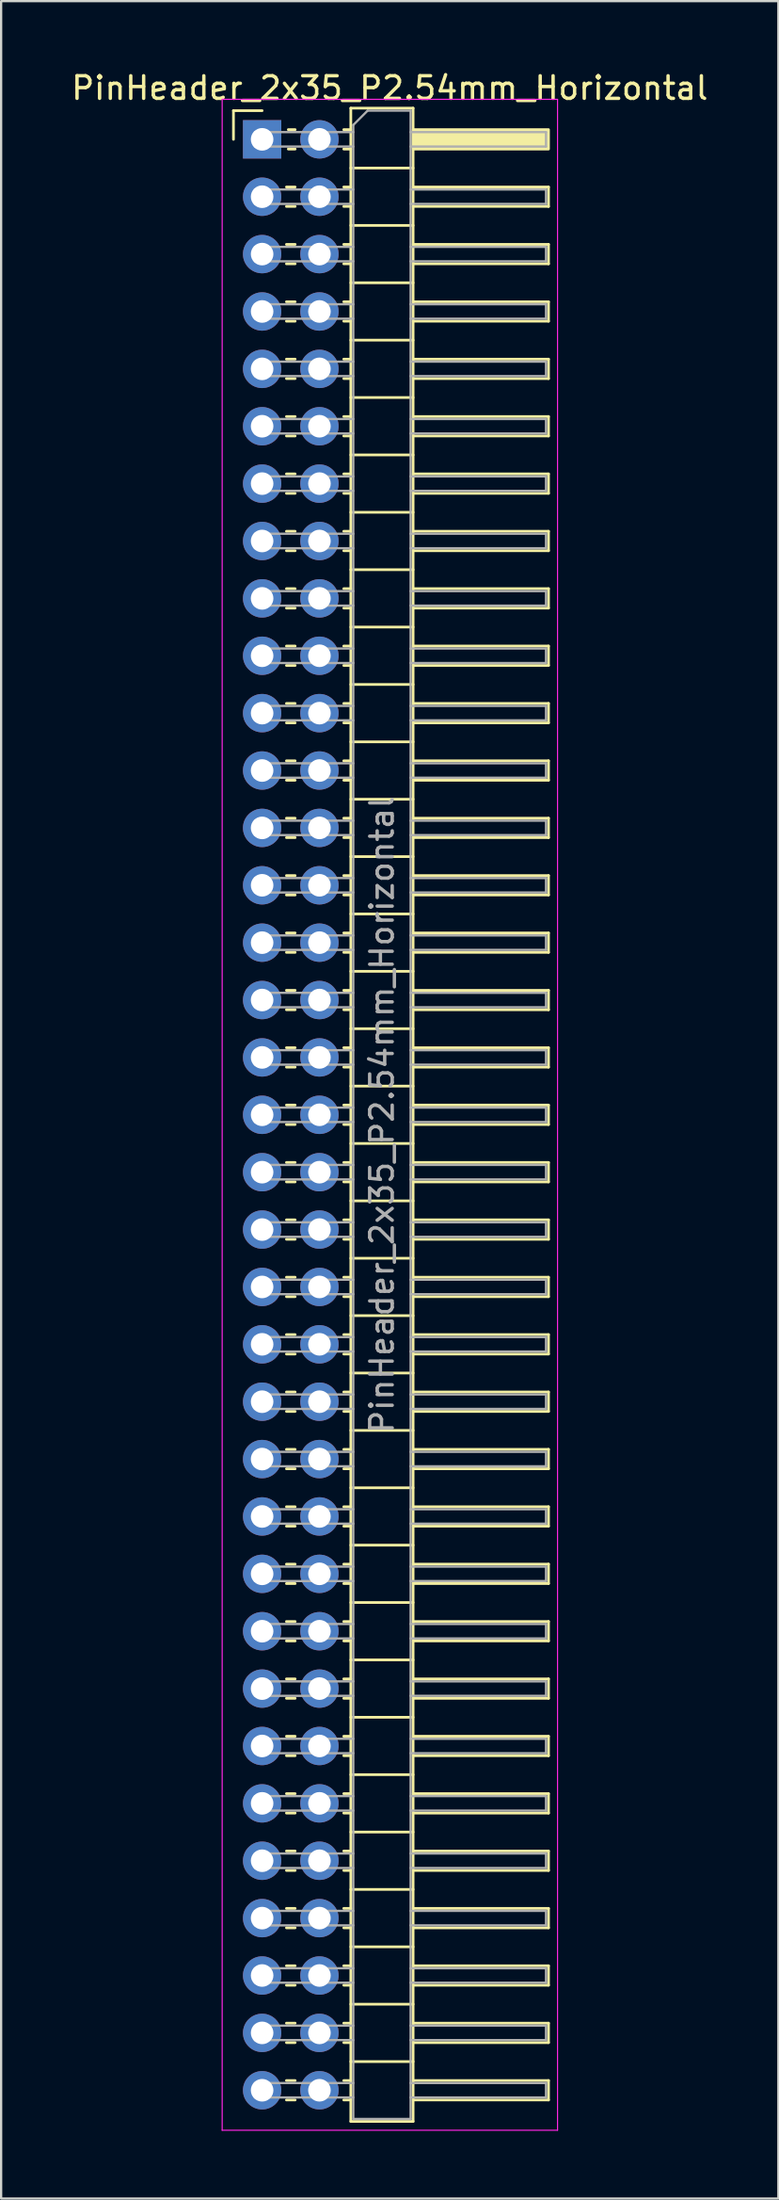
<source format=kicad_pcb>
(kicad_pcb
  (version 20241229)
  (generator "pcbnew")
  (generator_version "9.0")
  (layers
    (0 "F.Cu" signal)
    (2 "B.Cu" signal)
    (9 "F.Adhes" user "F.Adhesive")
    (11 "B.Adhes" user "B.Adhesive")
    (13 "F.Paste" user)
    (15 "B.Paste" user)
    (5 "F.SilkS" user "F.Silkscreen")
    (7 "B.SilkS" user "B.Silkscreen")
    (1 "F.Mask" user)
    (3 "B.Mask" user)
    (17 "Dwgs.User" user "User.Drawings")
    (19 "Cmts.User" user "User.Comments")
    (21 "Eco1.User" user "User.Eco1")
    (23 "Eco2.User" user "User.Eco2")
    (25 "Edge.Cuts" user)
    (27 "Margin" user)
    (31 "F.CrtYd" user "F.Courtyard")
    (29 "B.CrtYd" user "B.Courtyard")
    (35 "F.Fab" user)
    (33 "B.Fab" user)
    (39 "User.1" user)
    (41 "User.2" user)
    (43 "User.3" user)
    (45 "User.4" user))
  (footprint "PinHeader_2x35_P2.54mm_Horizontal"
    (layer "F.Cu")
    (at 8.565 3.118)
    (property "Reference" "PinHeader_2x35_P2.54mm_Horizontal" (at 5.655 -2.27 0) (layer "F.SilkS") (effects (font (size 1 1) (thickness 0.15))))
    (attr through_hole)
    (fp_line (start -1.27 -1.27) (end 0 -1.27) (stroke (width 0.12) (type solid)) (layer "F.SilkS"))
    (fp_line (start -1.27 0) (end -1.27 -1.27) (stroke (width 0.12) (type solid)) (layer "F.SilkS"))
    (fp_line (start 1.077 2.11) (end 1.463 2.11) (stroke (width 0.12) (type solid)) (layer "F.SilkS"))
    (fp_line (start 1.077 2.97) (end 1.463 2.97) (stroke (width 0.12) (type solid)) (layer "F.SilkS"))
    (fp_line (start 1.077 4.65) (end 1.463 4.65) (stroke (width 0.12) (type solid)) (layer "F.SilkS"))
    (fp_line (start 1.077 5.51) (end 1.463 5.51) (stroke (width 0.12) (type solid)) (layer "F.SilkS"))
    (fp_line (start 1.077 7.19) (end 1.463 7.19) (stroke (width 0.12) (type solid)) (layer "F.SilkS"))
    (fp_line (start 1.077 8.05) (end 1.463 8.05) (stroke (width 0.12) (type solid)) (layer "F.SilkS"))
    (fp_line (start 1.077 9.73) (end 1.463 9.73) (stroke (width 0.12) (type solid)) (layer "F.SilkS"))
    (fp_line (start 1.077 10.59) (end 1.463 10.59) (stroke (width 0.12) (type solid)) (layer "F.SilkS"))
    (fp_line (start 1.077 12.27) (end 1.463 12.27) (stroke (width 0.12) (type solid)) (layer "F.SilkS"))
    (fp_line (start 1.077 13.13) (end 1.463 13.13) (stroke (width 0.12) (type solid)) (layer "F.SilkS"))
    (fp_line (start 1.077 14.81) (end 1.463 14.81) (stroke (width 0.12) (type solid)) (layer "F.SilkS"))
    (fp_line (start 1.077 15.67) (end 1.463 15.67) (stroke (width 0.12) (type solid)) (layer "F.SilkS"))
    (fp_line (start 1.077 17.35) (end 1.463 17.35) (stroke (width 0.12) (type solid)) (layer "F.SilkS"))
    (fp_line (start 1.077 18.21) (end 1.463 18.21) (stroke (width 0.12) (type solid)) (layer "F.SilkS"))
    (fp_line (start 1.077 19.89) (end 1.463 19.89) (stroke (width 0.12) (type solid)) (layer "F.SilkS"))
    (fp_line (start 1.077 20.75) (end 1.463 20.75) (stroke (width 0.12) (type solid)) (layer "F.SilkS"))
    (fp_line (start 1.077 22.43) (end 1.463 22.43) (stroke (width 0.12) (type solid)) (layer "F.SilkS"))
    (fp_line (start 1.077 23.29) (end 1.463 23.29) (stroke (width 0.12) (type solid)) (layer "F.SilkS"))
    (fp_line (start 1.077 24.97) (end 1.463 24.97) (stroke (width 0.12) (type solid)) (layer "F.SilkS"))
    (fp_line (start 1.077 25.83) (end 1.463 25.83) (stroke (width 0.12) (type solid)) (layer "F.SilkS"))
    (fp_line (start 1.077 27.51) (end 1.463 27.51) (stroke (width 0.12) (type solid)) (layer "F.SilkS"))
    (fp_line (start 1.077 28.37) (end 1.463 28.37) (stroke (width 0.12) (type solid)) (layer "F.SilkS"))
    (fp_line (start 1.077 30.05) (end 1.463 30.05) (stroke (width 0.12) (type solid)) (layer "F.SilkS"))
    (fp_line (start 1.077 30.91) (end 1.463 30.91) (stroke (width 0.12) (type solid)) (layer "F.SilkS"))
    (fp_line (start 1.077 32.59) (end 1.463 32.59) (stroke (width 0.12) (type solid)) (layer "F.SilkS"))
    (fp_line (start 1.077 33.45) (end 1.463 33.45) (stroke (width 0.12) (type solid)) (layer "F.SilkS"))
    (fp_line (start 1.077 35.13) (end 1.463 35.13) (stroke (width 0.12) (type solid)) (layer "F.SilkS"))
    (fp_line (start 1.077 35.99) (end 1.463 35.99) (stroke (width 0.12) (type solid)) (layer "F.SilkS"))
    (fp_line (start 1.077 37.67) (end 1.463 37.67) (stroke (width 0.12) (type solid)) (layer "F.SilkS"))
    (fp_line (start 1.077 38.53) (end 1.463 38.53) (stroke (width 0.12) (type solid)) (layer "F.SilkS"))
    (fp_line (start 1.077 40.21) (end 1.463 40.21) (stroke (width 0.12) (type solid)) (layer "F.SilkS"))
    (fp_line (start 1.077 41.07) (end 1.463 41.07) (stroke (width 0.12) (type solid)) (layer "F.SilkS"))
    (fp_line (start 1.077 42.75) (end 1.463 42.75) (stroke (width 0.12) (type solid)) (layer "F.SilkS"))
    (fp_line (start 1.077 43.61) (end 1.463 43.61) (stroke (width 0.12) (type solid)) (layer "F.SilkS"))
    (fp_line (start 1.077 45.29) (end 1.463 45.29) (stroke (width 0.12) (type solid)) (layer "F.SilkS"))
    (fp_line (start 1.077 46.15) (end 1.463 46.15) (stroke (width 0.12) (type solid)) (layer "F.SilkS"))
    (fp_line (start 1.077 47.83) (end 1.463 47.83) (stroke (width 0.12) (type solid)) (layer "F.SilkS"))
    (fp_line (start 1.077 48.69) (end 1.463 48.69) (stroke (width 0.12) (type solid)) (layer "F.SilkS"))
    (fp_line (start 1.077 50.37) (end 1.463 50.37) (stroke (width 0.12) (type solid)) (layer "F.SilkS"))
    (fp_line (start 1.077 51.23) (end 1.463 51.23) (stroke (width 0.12) (type solid)) (layer "F.SilkS"))
    (fp_line (start 1.077 52.91) (end 1.463 52.91) (stroke (width 0.12) (type solid)) (layer "F.SilkS"))
    (fp_line (start 1.077 53.77) (end 1.463 53.77) (stroke (width 0.12) (type solid)) (layer "F.SilkS"))
    (fp_line (start 1.077 55.45) (end 1.463 55.45) (stroke (width 0.12) (type solid)) (layer "F.SilkS"))
    (fp_line (start 1.077 56.31) (end 1.463 56.31) (stroke (width 0.12) (type solid)) (layer "F.SilkS"))
    (fp_line (start 1.077 57.99) (end 1.463 57.99) (stroke (width 0.12) (type solid)) (layer "F.SilkS"))
    (fp_line (start 1.077 58.85) (end 1.463 58.85) (stroke (width 0.12) (type solid)) (layer "F.SilkS"))
    (fp_line (start 1.077 60.53) (end 1.463 60.53) (stroke (width 0.12) (type solid)) (layer "F.SilkS"))
    (fp_line (start 1.077 61.39) (end 1.463 61.39) (stroke (width 0.12) (type solid)) (layer "F.SilkS"))
    (fp_line (start 1.077 63.07) (end 1.463 63.07) (stroke (width 0.12) (type solid)) (layer "F.SilkS"))
    (fp_line (start 1.077 63.93) (end 1.463 63.93) (stroke (width 0.12) (type solid)) (layer "F.SilkS"))
    (fp_line (start 1.077 65.61) (end 1.463 65.61) (stroke (width 0.12) (type solid)) (layer "F.SilkS"))
    (fp_line (start 1.077 66.47) (end 1.463 66.47) (stroke (width 0.12) (type solid)) (layer "F.SilkS"))
    (fp_line (start 1.077 68.15) (end 1.463 68.15) (stroke (width 0.12) (type solid)) (layer "F.SilkS"))
    (fp_line (start 1.077 69.01) (end 1.463 69.01) (stroke (width 0.12) (type solid)) (layer "F.SilkS"))
    (fp_line (start 1.077 70.69) (end 1.463 70.69) (stroke (width 0.12) (type solid)) (layer "F.SilkS"))
    (fp_line (start 1.077 71.55) (end 1.463 71.55) (stroke (width 0.12) (type solid)) (layer "F.SilkS"))
    (fp_line (start 1.077 73.23) (end 1.463 73.23) (stroke (width 0.12) (type solid)) (layer "F.SilkS"))
    (fp_line (start 1.077 74.09) (end 1.463 74.09) (stroke (width 0.12) (type solid)) (layer "F.SilkS"))
    (fp_line (start 1.077 75.77) (end 1.463 75.77) (stroke (width 0.12) (type solid)) (layer "F.SilkS"))
    (fp_line (start 1.077 76.63) (end 1.463 76.63) (stroke (width 0.12) (type solid)) (layer "F.SilkS"))
    (fp_line (start 1.077 78.31) (end 1.463 78.31) (stroke (width 0.12) (type solid)) (layer "F.SilkS"))
    (fp_line (start 1.077 79.17) (end 1.463 79.17) (stroke (width 0.12) (type solid)) (layer "F.SilkS"))
    (fp_line (start 1.077 80.85) (end 1.463 80.85) (stroke (width 0.12) (type solid)) (layer "F.SilkS"))
    (fp_line (start 1.077 81.71) (end 1.463 81.71) (stroke (width 0.12) (type solid)) (layer "F.SilkS"))
    (fp_line (start 1.077 83.39) (end 1.463 83.39) (stroke (width 0.12) (type solid)) (layer "F.SilkS"))
    (fp_line (start 1.077 84.25) (end 1.463 84.25) (stroke (width 0.12) (type solid)) (layer "F.SilkS"))
    (fp_line (start 1.077 85.93) (end 1.463 85.93) (stroke (width 0.12) (type solid)) (layer "F.SilkS"))
    (fp_line (start 1.077 86.79) (end 1.463 86.79) (stroke (width 0.12) (type solid)) (layer "F.SilkS"))
    (fp_line (start 1.16 -0.43) (end 1.463 -0.43) (stroke (width 0.12) (type solid)) (layer "F.SilkS"))
    (fp_line (start 1.16 0.43) (end 1.463 0.43) (stroke (width 0.12) (type solid)) (layer "F.SilkS"))
    (fp_line (start 3.617 -0.43) (end 3.93 -0.43) (stroke (width 0.12) (type solid)) (layer "F.SilkS"))
    (fp_line (start 3.617 0.43) (end 3.93 0.43) (stroke (width 0.12) (type solid)) (layer "F.SilkS"))
    (fp_line (start 3.617 2.11) (end 3.93 2.11) (stroke (width 0.12) (type solid)) (layer "F.SilkS"))
    (fp_line (start 3.617 2.97) (end 3.93 2.97) (stroke (width 0.12) (type solid)) (layer "F.SilkS"))
    (fp_line (start 3.617 4.65) (end 3.93 4.65) (stroke (width 0.12) (type solid)) (layer "F.SilkS"))
    (fp_line (start 3.617 5.51) (end 3.93 5.51) (stroke (width 0.12) (type solid)) (layer "F.SilkS"))
    (fp_line (start 3.617 7.19) (end 3.93 7.19) (stroke (width 0.12) (type solid)) (layer "F.SilkS"))
    (fp_line (start 3.617 8.05) (end 3.93 8.05) (stroke (width 0.12) (type solid)) (layer "F.SilkS"))
    (fp_line (start 3.617 9.73) (end 3.93 9.73) (stroke (width 0.12) (type solid)) (layer "F.SilkS"))
    (fp_line (start 3.617 10.59) (end 3.93 10.59) (stroke (width 0.12) (type solid)) (layer "F.SilkS"))
    (fp_line (start 3.617 12.27) (end 3.93 12.27) (stroke (width 0.12) (type solid)) (layer "F.SilkS"))
    (fp_line (start 3.617 13.13) (end 3.93 13.13) (stroke (width 0.12) (type solid)) (layer "F.SilkS"))
    (fp_line (start 3.617 14.81) (end 3.93 14.81) (stroke (width 0.12) (type solid)) (layer "F.SilkS"))
    (fp_line (start 3.617 15.67) (end 3.93 15.67) (stroke (width 0.12) (type solid)) (layer "F.SilkS"))
    (fp_line (start 3.617 17.35) (end 3.93 17.35) (stroke (width 0.12) (type solid)) (layer "F.SilkS"))
    (fp_line (start 3.617 18.21) (end 3.93 18.21) (stroke (width 0.12) (type solid)) (layer "F.SilkS"))
    (fp_line (start 3.617 19.89) (end 3.93 19.89) (stroke (width 0.12) (type solid)) (layer "F.SilkS"))
    (fp_line (start 3.617 20.75) (end 3.93 20.75) (stroke (width 0.12) (type solid)) (layer "F.SilkS"))
    (fp_line (start 3.617 22.43) (end 3.93 22.43) (stroke (width 0.12) (type solid)) (layer "F.SilkS"))
    (fp_line (start 3.617 23.29) (end 3.93 23.29) (stroke (width 0.12) (type solid)) (layer "F.SilkS"))
    (fp_line (start 3.617 24.97) (end 3.93 24.97) (stroke (width 0.12) (type solid)) (layer "F.SilkS"))
    (fp_line (start 3.617 25.83) (end 3.93 25.83) (stroke (width 0.12) (type solid)) (layer "F.SilkS"))
    (fp_line (start 3.617 27.51) (end 3.93 27.51) (stroke (width 0.12) (type solid)) (layer "F.SilkS"))
    (fp_line (start 3.617 28.37) (end 3.93 28.37) (stroke (width 0.12) (type solid)) (layer "F.SilkS"))
    (fp_line (start 3.617 30.05) (end 3.93 30.05) (stroke (width 0.12) (type solid)) (layer "F.SilkS"))
    (fp_line (start 3.617 30.91) (end 3.93 30.91) (stroke (width 0.12) (type solid)) (layer "F.SilkS"))
    (fp_line (start 3.617 32.59) (end 3.93 32.59) (stroke (width 0.12) (type solid)) (layer "F.SilkS"))
    (fp_line (start 3.617 33.45) (end 3.93 33.45) (stroke (width 0.12) (type solid)) (layer "F.SilkS"))
    (fp_line (start 3.617 35.13) (end 3.93 35.13) (stroke (width 0.12) (type solid)) (layer "F.SilkS"))
    (fp_line (start 3.617 35.99) (end 3.93 35.99) (stroke (width 0.12) (type solid)) (layer "F.SilkS"))
    (fp_line (start 3.617 37.67) (end 3.93 37.67) (stroke (width 0.12) (type solid)) (layer "F.SilkS"))
    (fp_line (start 3.617 38.53) (end 3.93 38.53) (stroke (width 0.12) (type solid)) (layer "F.SilkS"))
    (fp_line (start 3.617 40.21) (end 3.93 40.21) (stroke (width 0.12) (type solid)) (layer "F.SilkS"))
    (fp_line (start 3.617 41.07) (end 3.93 41.07) (stroke (width 0.12) (type solid)) (layer "F.SilkS"))
    (fp_line (start 3.617 42.75) (end 3.93 42.75) (stroke (width 0.12) (type solid)) (layer "F.SilkS"))
    (fp_line (start 3.617 43.61) (end 3.93 43.61) (stroke (width 0.12) (type solid)) (layer "F.SilkS"))
    (fp_line (start 3.617 45.29) (end 3.93 45.29) (stroke (width 0.12) (type solid)) (layer "F.SilkS"))
    (fp_line (start 3.617 46.15) (end 3.93 46.15) (stroke (width 0.12) (type solid)) (layer "F.SilkS"))
    (fp_line (start 3.617 47.83) (end 3.93 47.83) (stroke (width 0.12) (type solid)) (layer "F.SilkS"))
    (fp_line (start 3.617 48.69) (end 3.93 48.69) (stroke (width 0.12) (type solid)) (layer "F.SilkS"))
    (fp_line (start 3.617 50.37) (end 3.93 50.37) (stroke (width 0.12) (type solid)) (layer "F.SilkS"))
    (fp_line (start 3.617 51.23) (end 3.93 51.23) (stroke (width 0.12) (type solid)) (layer "F.SilkS"))
    (fp_line (start 3.617 52.91) (end 3.93 52.91) (stroke (width 0.12) (type solid)) (layer "F.SilkS"))
    (fp_line (start 3.617 53.77) (end 3.93 53.77) (stroke (width 0.12) (type solid)) (layer "F.SilkS"))
    (fp_line (start 3.617 55.45) (end 3.93 55.45) (stroke (width 0.12) (type solid)) (layer "F.SilkS"))
    (fp_line (start 3.617 56.31) (end 3.93 56.31) (stroke (width 0.12) (type solid)) (layer "F.SilkS"))
    (fp_line (start 3.617 57.99) (end 3.93 57.99) (stroke (width 0.12) (type solid)) (layer "F.SilkS"))
    (fp_line (start 3.617 58.85) (end 3.93 58.85) (stroke (width 0.12) (type solid)) (layer "F.SilkS"))
    (fp_line (start 3.617 60.53) (end 3.93 60.53) (stroke (width 0.12) (type solid)) (layer "F.SilkS"))
    (fp_line (start 3.617 61.39) (end 3.93 61.39) (stroke (width 0.12) (type solid)) (layer "F.SilkS"))
    (fp_line (start 3.617 63.07) (end 3.93 63.07) (stroke (width 0.12) (type solid)) (layer "F.SilkS"))
    (fp_line (start 3.617 63.93) (end 3.93 63.93) (stroke (width 0.12) (type solid)) (layer "F.SilkS"))
    (fp_line (start 3.617 65.61) (end 3.93 65.61) (stroke (width 0.12) (type solid)) (layer "F.SilkS"))
    (fp_line (start 3.617 66.47) (end 3.93 66.47) (stroke (width 0.12) (type solid)) (layer "F.SilkS"))
    (fp_line (start 3.617 68.15) (end 3.93 68.15) (stroke (width 0.12) (type solid)) (layer "F.SilkS"))
    (fp_line (start 3.617 69.01) (end 3.93 69.01) (stroke (width 0.12) (type solid)) (layer "F.SilkS"))
    (fp_line (start 3.617 70.69) (end 3.93 70.69) (stroke (width 0.12) (type solid)) (layer "F.SilkS"))
    (fp_line (start 3.617 71.55) (end 3.93 71.55) (stroke (width 0.12) (type solid)) (layer "F.SilkS"))
    (fp_line (start 3.617 73.23) (end 3.93 73.23) (stroke (width 0.12) (type solid)) (layer "F.SilkS"))
    (fp_line (start 3.617 74.09) (end 3.93 74.09) (stroke (width 0.12) (type solid)) (layer "F.SilkS"))
    (fp_line (start 3.617 75.77) (end 3.93 75.77) (stroke (width 0.12) (type solid)) (layer "F.SilkS"))
    (fp_line (start 3.617 76.63) (end 3.93 76.63) (stroke (width 0.12) (type solid)) (layer "F.SilkS"))
    (fp_line (start 3.617 78.31) (end 3.93 78.31) (stroke (width 0.12) (type solid)) (layer "F.SilkS"))
    (fp_line (start 3.617 79.17) (end 3.93 79.17) (stroke (width 0.12) (type solid)) (layer "F.SilkS"))
    (fp_line (start 3.617 80.85) (end 3.93 80.85) (stroke (width 0.12) (type solid)) (layer "F.SilkS"))
    (fp_line (start 3.617 81.71) (end 3.93 81.71) (stroke (width 0.12) (type solid)) (layer "F.SilkS"))
    (fp_line (start 3.617 83.39) (end 3.93 83.39) (stroke (width 0.12) (type solid)) (layer "F.SilkS"))
    (fp_line (start 3.617 84.25) (end 3.93 84.25) (stroke (width 0.12) (type solid)) (layer "F.SilkS"))
    (fp_line (start 3.617 85.93) (end 3.93 85.93) (stroke (width 0.12) (type solid)) (layer "F.SilkS"))
    (fp_line (start 3.617 86.79) (end 3.93 86.79) (stroke (width 0.12) (type solid)) (layer "F.SilkS"))
    (fp_line (start 3.93 -1.38) (end 3.93 87.74) (stroke (width 0.12) (type solid)) (layer "F.SilkS"))
    (fp_line (start 3.93 1.27) (end 6.69 1.27) (stroke (width 0.12) (type solid)) (layer "F.SilkS"))
    (fp_line (start 3.93 3.81) (end 6.69 3.81) (stroke (width 0.12) (type solid)) (layer "F.SilkS"))
    (fp_line (start 3.93 6.35) (end 6.69 6.35) (stroke (width 0.12) (type solid)) (layer "F.SilkS"))
    (fp_line (start 3.93 8.89) (end 6.69 8.89) (stroke (width 0.12) (type solid)) (layer "F.SilkS"))
    (fp_line (start 3.93 11.43) (end 6.69 11.43) (stroke (width 0.12) (type solid)) (layer "F.SilkS"))
    (fp_line (start 3.93 13.97) (end 6.69 13.97) (stroke (width 0.12) (type solid)) (layer "F.SilkS"))
    (fp_line (start 3.93 16.51) (end 6.69 16.51) (stroke (width 0.12) (type solid)) (layer "F.SilkS"))
    (fp_line (start 3.93 19.05) (end 6.69 19.05) (stroke (width 0.12) (type solid)) (layer "F.SilkS"))
    (fp_line (start 3.93 21.59) (end 6.69 21.59) (stroke (width 0.12) (type solid)) (layer "F.SilkS"))
    (fp_line (start 3.93 24.13) (end 6.69 24.13) (stroke (width 0.12) (type solid)) (layer "F.SilkS"))
    (fp_line (start 3.93 26.67) (end 6.69 26.67) (stroke (width 0.12) (type solid)) (layer "F.SilkS"))
    (fp_line (start 3.93 29.21) (end 6.69 29.21) (stroke (width 0.12) (type solid)) (layer "F.SilkS"))
    (fp_line (start 3.93 31.75) (end 6.69 31.75) (stroke (width 0.12) (type solid)) (layer "F.SilkS"))
    (fp_line (start 3.93 34.29) (end 6.69 34.29) (stroke (width 0.12) (type solid)) (layer "F.SilkS"))
    (fp_line (start 3.93 36.83) (end 6.69 36.83) (stroke (width 0.12) (type solid)) (layer "F.SilkS"))
    (fp_line (start 3.93 39.37) (end 6.69 39.37) (stroke (width 0.12) (type solid)) (layer "F.SilkS"))
    (fp_line (start 3.93 41.91) (end 6.69 41.91) (stroke (width 0.12) (type solid)) (layer "F.SilkS"))
    (fp_line (start 3.93 44.45) (end 6.69 44.45) (stroke (width 0.12) (type solid)) (layer "F.SilkS"))
    (fp_line (start 3.93 46.99) (end 6.69 46.99) (stroke (width 0.12) (type solid)) (layer "F.SilkS"))
    (fp_line (start 3.93 49.53) (end 6.69 49.53) (stroke (width 0.12) (type solid)) (layer "F.SilkS"))
    (fp_line (start 3.93 52.07) (end 6.69 52.07) (stroke (width 0.12) (type solid)) (layer "F.SilkS"))
    (fp_line (start 3.93 54.61) (end 6.69 54.61) (stroke (width 0.12) (type solid)) (layer "F.SilkS"))
    (fp_line (start 3.93 57.15) (end 6.69 57.15) (stroke (width 0.12) (type solid)) (layer "F.SilkS"))
    (fp_line (start 3.93 59.69) (end 6.69 59.69) (stroke (width 0.12) (type solid)) (layer "F.SilkS"))
    (fp_line (start 3.93 62.23) (end 6.69 62.23) (stroke (width 0.12) (type solid)) (layer "F.SilkS"))
    (fp_line (start 3.93 64.77) (end 6.69 64.77) (stroke (width 0.12) (type solid)) (layer "F.SilkS"))
    (fp_line (start 3.93 67.31) (end 6.69 67.31) (stroke (width 0.12) (type solid)) (layer "F.SilkS"))
    (fp_line (start 3.93 69.85) (end 6.69 69.85) (stroke (width 0.12) (type solid)) (layer "F.SilkS"))
    (fp_line (start 3.93 72.39) (end 6.69 72.39) (stroke (width 0.12) (type solid)) (layer "F.SilkS"))
    (fp_line (start 3.93 74.93) (end 6.69 74.93) (stroke (width 0.12) (type solid)) (layer "F.SilkS"))
    (fp_line (start 3.93 77.47) (end 6.69 77.47) (stroke (width 0.12) (type solid)) (layer "F.SilkS"))
    (fp_line (start 3.93 80.01) (end 6.69 80.01) (stroke (width 0.12) (type solid)) (layer "F.SilkS"))
    (fp_line (start 3.93 82.55) (end 6.69 82.55) (stroke (width 0.12) (type solid)) (layer "F.SilkS"))
    (fp_line (start 3.93 85.09) (end 6.69 85.09) (stroke (width 0.12) (type solid)) (layer "F.SilkS"))
    (fp_line (start 3.93 87.74) (end 6.69 87.74) (stroke (width 0.12) (type solid)) (layer "F.SilkS"))
    (fp_line (start 6.69 -1.38) (end 3.93 -1.38) (stroke (width 0.12) (type solid)) (layer "F.SilkS"))
    (fp_line (start 6.69 2.11) (end 12.69 2.11) (stroke (width 0.12) (type solid)) (layer "F.SilkS"))
    (fp_line (start 6.69 4.65) (end 12.69 4.65) (stroke (width 0.12) (type solid)) (layer "F.SilkS"))
    (fp_line (start 6.69 7.19) (end 12.69 7.19) (stroke (width 0.12) (type solid)) (layer "F.SilkS"))
    (fp_line (start 6.69 9.73) (end 12.69 9.73) (stroke (width 0.12) (type solid)) (layer "F.SilkS"))
    (fp_line (start 6.69 12.27) (end 12.69 12.27) (stroke (width 0.12) (type solid)) (layer "F.SilkS"))
    (fp_line (start 6.69 14.81) (end 12.69 14.81) (stroke (width 0.12) (type solid)) (layer "F.SilkS"))
    (fp_line (start 6.69 17.35) (end 12.69 17.35) (stroke (width 0.12) (type solid)) (layer "F.SilkS"))
    (fp_line (start 6.69 19.89) (end 12.69 19.89) (stroke (width 0.12) (type solid)) (layer "F.SilkS"))
    (fp_line (start 6.69 22.43) (end 12.69 22.43) (stroke (width 0.12) (type solid)) (layer "F.SilkS"))
    (fp_line (start 6.69 24.97) (end 12.69 24.97) (stroke (width 0.12) (type solid)) (layer "F.SilkS"))
    (fp_line (start 6.69 27.51) (end 12.69 27.51) (stroke (width 0.12) (type solid)) (layer "F.SilkS"))
    (fp_line (start 6.69 30.05) (end 12.69 30.05) (stroke (width 0.12) (type solid)) (layer "F.SilkS"))
    (fp_line (start 6.69 32.59) (end 12.69 32.59) (stroke (width 0.12) (type solid)) (layer "F.SilkS"))
    (fp_line (start 6.69 35.13) (end 12.69 35.13) (stroke (width 0.12) (type solid)) (layer "F.SilkS"))
    (fp_line (start 6.69 37.67) (end 12.69 37.67) (stroke (width 0.12) (type solid)) (layer "F.SilkS"))
    (fp_line (start 6.69 40.21) (end 12.69 40.21) (stroke (width 0.12) (type solid)) (layer "F.SilkS"))
    (fp_line (start 6.69 42.75) (end 12.69 42.75) (stroke (width 0.12) (type solid)) (layer "F.SilkS"))
    (fp_line (start 6.69 45.29) (end 12.69 45.29) (stroke (width 0.12) (type solid)) (layer "F.SilkS"))
    (fp_line (start 6.69 47.83) (end 12.69 47.83) (stroke (width 0.12) (type solid)) (layer "F.SilkS"))
    (fp_line (start 6.69 50.37) (end 12.69 50.37) (stroke (width 0.12) (type solid)) (layer "F.SilkS"))
    (fp_line (start 6.69 52.91) (end 12.69 52.91) (stroke (width 0.12) (type solid)) (layer "F.SilkS"))
    (fp_line (start 6.69 55.45) (end 12.69 55.45) (stroke (width 0.12) (type solid)) (layer "F.SilkS"))
    (fp_line (start 6.69 57.99) (end 12.69 57.99) (stroke (width 0.12) (type solid)) (layer "F.SilkS"))
    (fp_line (start 6.69 60.53) (end 12.69 60.53) (stroke (width 0.12) (type solid)) (layer "F.SilkS"))
    (fp_line (start 6.69 63.07) (end 12.69 63.07) (stroke (width 0.12) (type solid)) (layer "F.SilkS"))
    (fp_line (start 6.69 65.61) (end 12.69 65.61) (stroke (width 0.12) (type solid)) (layer "F.SilkS"))
    (fp_line (start 6.69 68.15) (end 12.69 68.15) (stroke (width 0.12) (type solid)) (layer "F.SilkS"))
    (fp_line (start 6.69 70.69) (end 12.69 70.69) (stroke (width 0.12) (type solid)) (layer "F.SilkS"))
    (fp_line (start 6.69 73.23) (end 12.69 73.23) (stroke (width 0.12) (type solid)) (layer "F.SilkS"))
    (fp_line (start 6.69 75.77) (end 12.69 75.77) (stroke (width 0.12) (type solid)) (layer "F.SilkS"))
    (fp_line (start 6.69 78.31) (end 12.69 78.31) (stroke (width 0.12) (type solid)) (layer "F.SilkS"))
    (fp_line (start 6.69 80.85) (end 12.69 80.85) (stroke (width 0.12) (type solid)) (layer "F.SilkS"))
    (fp_line (start 6.69 83.39) (end 12.69 83.39) (stroke (width 0.12) (type solid)) (layer "F.SilkS"))
    (fp_line (start 6.69 85.93) (end 12.69 85.93) (stroke (width 0.12) (type solid)) (layer "F.SilkS"))
    (fp_line (start 6.69 87.74) (end 6.69 -1.38) (stroke (width 0.12) (type solid)) (layer "F.SilkS"))
    (fp_line (start 12.69 2.11) (end 12.69 2.97) (stroke (width 0.12) (type solid)) (layer "F.SilkS"))
    (fp_line (start 12.69 2.97) (end 6.69 2.97) (stroke (width 0.12) (type solid)) (layer "F.SilkS"))
    (fp_line (start 12.69 4.65) (end 12.69 5.51) (stroke (width 0.12) (type solid)) (layer "F.SilkS"))
    (fp_line (start 12.69 5.51) (end 6.69 5.51) (stroke (width 0.12) (type solid)) (layer "F.SilkS"))
    (fp_line (start 12.69 7.19) (end 12.69 8.05) (stroke (width 0.12) (type solid)) (layer "F.SilkS"))
    (fp_line (start 12.69 8.05) (end 6.69 8.05) (stroke (width 0.12) (type solid)) (layer "F.SilkS"))
    (fp_line (start 12.69 9.73) (end 12.69 10.59) (stroke (width 0.12) (type solid)) (layer "F.SilkS"))
    (fp_line (start 12.69 10.59) (end 6.69 10.59) (stroke (width 0.12) (type solid)) (layer "F.SilkS"))
    (fp_line (start 12.69 12.27) (end 12.69 13.13) (stroke (width 0.12) (type solid)) (layer "F.SilkS"))
    (fp_line (start 12.69 13.13) (end 6.69 13.13) (stroke (width 0.12) (type solid)) (layer "F.SilkS"))
    (fp_line (start 12.69 14.81) (end 12.69 15.67) (stroke (width 0.12) (type solid)) (layer "F.SilkS"))
    (fp_line (start 12.69 15.67) (end 6.69 15.67) (stroke (width 0.12) (type solid)) (layer "F.SilkS"))
    (fp_line (start 12.69 17.35) (end 12.69 18.21) (stroke (width 0.12) (type solid)) (layer "F.SilkS"))
    (fp_line (start 12.69 18.21) (end 6.69 18.21) (stroke (width 0.12) (type solid)) (layer "F.SilkS"))
    (fp_line (start 12.69 19.89) (end 12.69 20.75) (stroke (width 0.12) (type solid)) (layer "F.SilkS"))
    (fp_line (start 12.69 20.75) (end 6.69 20.75) (stroke (width 0.12) (type solid)) (layer "F.SilkS"))
    (fp_line (start 12.69 22.43) (end 12.69 23.29) (stroke (width 0.12) (type solid)) (layer "F.SilkS"))
    (fp_line (start 12.69 23.29) (end 6.69 23.29) (stroke (width 0.12) (type solid)) (layer "F.SilkS"))
    (fp_line (start 12.69 24.97) (end 12.69 25.83) (stroke (width 0.12) (type solid)) (layer "F.SilkS"))
    (fp_line (start 12.69 25.83) (end 6.69 25.83) (stroke (width 0.12) (type solid)) (layer "F.SilkS"))
    (fp_line (start 12.69 27.51) (end 12.69 28.37) (stroke (width 0.12) (type solid)) (layer "F.SilkS"))
    (fp_line (start 12.69 28.37) (end 6.69 28.37) (stroke (width 0.12) (type solid)) (layer "F.SilkS"))
    (fp_line (start 12.69 30.05) (end 12.69 30.91) (stroke (width 0.12) (type solid)) (layer "F.SilkS"))
    (fp_line (start 12.69 30.91) (end 6.69 30.91) (stroke (width 0.12) (type solid)) (layer "F.SilkS"))
    (fp_line (start 12.69 32.59) (end 12.69 33.45) (stroke (width 0.12) (type solid)) (layer "F.SilkS"))
    (fp_line (start 12.69 33.45) (end 6.69 33.45) (stroke (width 0.12) (type solid)) (layer "F.SilkS"))
    (fp_line (start 12.69 35.13) (end 12.69 35.99) (stroke (width 0.12) (type solid)) (layer "F.SilkS"))
    (fp_line (start 12.69 35.99) (end 6.69 35.99) (stroke (width 0.12) (type solid)) (layer "F.SilkS"))
    (fp_line (start 12.69 37.67) (end 12.69 38.53) (stroke (width 0.12) (type solid)) (layer "F.SilkS"))
    (fp_line (start 12.69 38.53) (end 6.69 38.53) (stroke (width 0.12) (type solid)) (layer "F.SilkS"))
    (fp_line (start 12.69 40.21) (end 12.69 41.07) (stroke (width 0.12) (type solid)) (layer "F.SilkS"))
    (fp_line (start 12.69 41.07) (end 6.69 41.07) (stroke (width 0.12) (type solid)) (layer "F.SilkS"))
    (fp_line (start 12.69 42.75) (end 12.69 43.61) (stroke (width 0.12) (type solid)) (layer "F.SilkS"))
    (fp_line (start 12.69 43.61) (end 6.69 43.61) (stroke (width 0.12) (type solid)) (layer "F.SilkS"))
    (fp_line (start 12.69 45.29) (end 12.69 46.15) (stroke (width 0.12) (type solid)) (layer "F.SilkS"))
    (fp_line (start 12.69 46.15) (end 6.69 46.15) (stroke (width 0.12) (type solid)) (layer "F.SilkS"))
    (fp_line (start 12.69 47.83) (end 12.69 48.69) (stroke (width 0.12) (type solid)) (layer "F.SilkS"))
    (fp_line (start 12.69 48.69) (end 6.69 48.69) (stroke (width 0.12) (type solid)) (layer "F.SilkS"))
    (fp_line (start 12.69 50.37) (end 12.69 51.23) (stroke (width 0.12) (type solid)) (layer "F.SilkS"))
    (fp_line (start 12.69 51.23) (end 6.69 51.23) (stroke (width 0.12) (type solid)) (layer "F.SilkS"))
    (fp_line (start 12.69 52.91) (end 12.69 53.77) (stroke (width 0.12) (type solid)) (layer "F.SilkS"))
    (fp_line (start 12.69 53.77) (end 6.69 53.77) (stroke (width 0.12) (type solid)) (layer "F.SilkS"))
    (fp_line (start 12.69 55.45) (end 12.69 56.31) (stroke (width 0.12) (type solid)) (layer "F.SilkS"))
    (fp_line (start 12.69 56.31) (end 6.69 56.31) (stroke (width 0.12) (type solid)) (layer "F.SilkS"))
    (fp_line (start 12.69 57.99) (end 12.69 58.85) (stroke (width 0.12) (type solid)) (layer "F.SilkS"))
    (fp_line (start 12.69 58.85) (end 6.69 58.85) (stroke (width 0.12) (type solid)) (layer "F.SilkS"))
    (fp_line (start 12.69 60.53) (end 12.69 61.39) (stroke (width 0.12) (type solid)) (layer "F.SilkS"))
    (fp_line (start 12.69 61.39) (end 6.69 61.39) (stroke (width 0.12) (type solid)) (layer "F.SilkS"))
    (fp_line (start 12.69 63.07) (end 12.69 63.93) (stroke (width 0.12) (type solid)) (layer "F.SilkS"))
    (fp_line (start 12.69 63.93) (end 6.69 63.93) (stroke (width 0.12) (type solid)) (layer "F.SilkS"))
    (fp_line (start 12.69 65.61) (end 12.69 66.47) (stroke (width 0.12) (type solid)) (layer "F.SilkS"))
    (fp_line (start 12.69 66.47) (end 6.69 66.47) (stroke (width 0.12) (type solid)) (layer "F.SilkS"))
    (fp_line (start 12.69 68.15) (end 12.69 69.01) (stroke (width 0.12) (type solid)) (layer "F.SilkS"))
    (fp_line (start 12.69 69.01) (end 6.69 69.01) (stroke (width 0.12) (type solid)) (layer "F.SilkS"))
    (fp_line (start 12.69 70.69) (end 12.69 71.55) (stroke (width 0.12) (type solid)) (layer "F.SilkS"))
    (fp_line (start 12.69 71.55) (end 6.69 71.55) (stroke (width 0.12) (type solid)) (layer "F.SilkS"))
    (fp_line (start 12.69 73.23) (end 12.69 74.09) (stroke (width 0.12) (type solid)) (layer "F.SilkS"))
    (fp_line (start 12.69 74.09) (end 6.69 74.09) (stroke (width 0.12) (type solid)) (layer "F.SilkS"))
    (fp_line (start 12.69 75.77) (end 12.69 76.63) (stroke (width 0.12) (type solid)) (layer "F.SilkS"))
    (fp_line (start 12.69 76.63) (end 6.69 76.63) (stroke (width 0.12) (type solid)) (layer "F.SilkS"))
    (fp_line (start 12.69 78.31) (end 12.69 79.17) (stroke (width 0.12) (type solid)) (layer "F.SilkS"))
    (fp_line (start 12.69 79.17) (end 6.69 79.17) (stroke (width 0.12) (type solid)) (layer "F.SilkS"))
    (fp_line (start 12.69 80.85) (end 12.69 81.71) (stroke (width 0.12) (type solid)) (layer "F.SilkS"))
    (fp_line (start 12.69 81.71) (end 6.69 81.71) (stroke (width 0.12) (type solid)) (layer "F.SilkS"))
    (fp_line (start 12.69 83.39) (end 12.69 84.25) (stroke (width 0.12) (type solid)) (layer "F.SilkS"))
    (fp_line (start 12.69 84.25) (end 6.69 84.25) (stroke (width 0.12) (type solid)) (layer "F.SilkS"))
    (fp_line (start 12.69 85.93) (end 12.69 86.79) (stroke (width 0.12) (type solid)) (layer "F.SilkS"))
    (fp_line (start 12.69 86.79) (end 6.69 86.79) (stroke (width 0.12) (type solid)) (layer "F.SilkS"))
    (fp_rect (start 6.69 -0.43) (end 12.69 0.43) (stroke (width 0.12) (type solid)) (fill yes) (layer "F.SilkS"))
    (fp_line (start -1.77 -1.77) (end -1.77 88.13) (stroke (width 0.05) (type solid)) (layer "F.CrtYd"))
    (fp_line (start -1.77 88.13) (end 13.09 88.13) (stroke (width 0.05) (type solid)) (layer "F.CrtYd"))
    (fp_line (start 13.09 -1.77) (end -1.77 -1.77) (stroke (width 0.05) (type solid)) (layer "F.CrtYd"))
    (fp_line (start 13.09 88.13) (end 13.09 -1.77) (stroke (width 0.05) (type solid)) (layer "F.CrtYd"))
    (fp_line (start -0.32 -0.32) (end -0.32 0.32) (stroke (width 0.1) (type solid)) (layer "F.Fab"))
    (fp_line (start -0.32 -0.32) (end 4.04 -0.32) (stroke (width 0.1) (type solid)) (layer "F.Fab"))
    (fp_line (start -0.32 0.32) (end 4.04 0.32) (stroke (width 0.1) (type solid)) (layer "F.Fab"))
    (fp_line (start -0.32 2.22) (end -0.32 2.86) (stroke (width 0.1) (type solid)) (layer "F.Fab"))
    (fp_line (start -0.32 2.22) (end 4.04 2.22) (stroke (width 0.1) (type solid)) (layer "F.Fab"))
    (fp_line (start -0.32 2.86) (end 4.04 2.86) (stroke (width 0.1) (type solid)) (layer "F.Fab"))
    (fp_line (start -0.32 4.76) (end -0.32 5.4) (stroke (width 0.1) (type solid)) (layer "F.Fab"))
    (fp_line (start -0.32 4.76) (end 4.04 4.76) (stroke (width 0.1) (type solid)) (layer "F.Fab"))
    (fp_line (start -0.32 5.4) (end 4.04 5.4) (stroke (width 0.1) (type solid)) (layer "F.Fab"))
    (fp_line (start -0.32 7.3) (end -0.32 7.94) (stroke (width 0.1) (type solid)) (layer "F.Fab"))
    (fp_line (start -0.32 7.3) (end 4.04 7.3) (stroke (width 0.1) (type solid)) (layer "F.Fab"))
    (fp_line (start -0.32 7.94) (end 4.04 7.94) (stroke (width 0.1) (type solid)) (layer "F.Fab"))
    (fp_line (start -0.32 9.84) (end -0.32 10.48) (stroke (width 0.1) (type solid)) (layer "F.Fab"))
    (fp_line (start -0.32 9.84) (end 4.04 9.84) (stroke (width 0.1) (type solid)) (layer "F.Fab"))
    (fp_line (start -0.32 10.48) (end 4.04 10.48) (stroke (width 0.1) (type solid)) (layer "F.Fab"))
    (fp_line (start -0.32 12.38) (end -0.32 13.02) (stroke (width 0.1) (type solid)) (layer "F.Fab"))
    (fp_line (start -0.32 12.38) (end 4.04 12.38) (stroke (width 0.1) (type solid)) (layer "F.Fab"))
    (fp_line (start -0.32 13.02) (end 4.04 13.02) (stroke (width 0.1) (type solid)) (layer "F.Fab"))
    (fp_line (start -0.32 14.92) (end -0.32 15.56) (stroke (width 0.1) (type solid)) (layer "F.Fab"))
    (fp_line (start -0.32 14.92) (end 4.04 14.92) (stroke (width 0.1) (type solid)) (layer "F.Fab"))
    (fp_line (start -0.32 15.56) (end 4.04 15.56) (stroke (width 0.1) (type solid)) (layer "F.Fab"))
    (fp_line (start -0.32 17.46) (end -0.32 18.1) (stroke (width 0.1) (type solid)) (layer "F.Fab"))
    (fp_line (start -0.32 17.46) (end 4.04 17.46) (stroke (width 0.1) (type solid)) (layer "F.Fab"))
    (fp_line (start -0.32 18.1) (end 4.04 18.1) (stroke (width 0.1) (type solid)) (layer "F.Fab"))
    (fp_line (start -0.32 20) (end -0.32 20.64) (stroke (width 0.1) (type solid)) (layer "F.Fab"))
    (fp_line (start -0.32 20) (end 4.04 20) (stroke (width 0.1) (type solid)) (layer "F.Fab"))
    (fp_line (start -0.32 20.64) (end 4.04 20.64) (stroke (width 0.1) (type solid)) (layer "F.Fab"))
    (fp_line (start -0.32 22.54) (end -0.32 23.18) (stroke (width 0.1) (type solid)) (layer "F.Fab"))
    (fp_line (start -0.32 22.54) (end 4.04 22.54) (stroke (width 0.1) (type solid)) (layer "F.Fab"))
    (fp_line (start -0.32 23.18) (end 4.04 23.18) (stroke (width 0.1) (type solid)) (layer "F.Fab"))
    (fp_line (start -0.32 25.08) (end -0.32 25.72) (stroke (width 0.1) (type solid)) (layer "F.Fab"))
    (fp_line (start -0.32 25.08) (end 4.04 25.08) (stroke (width 0.1) (type solid)) (layer "F.Fab"))
    (fp_line (start -0.32 25.72) (end 4.04 25.72) (stroke (width 0.1) (type solid)) (layer "F.Fab"))
    (fp_line (start -0.32 27.62) (end -0.32 28.26) (stroke (width 0.1) (type solid)) (layer "F.Fab"))
    (fp_line (start -0.32 27.62) (end 4.04 27.62) (stroke (width 0.1) (type solid)) (layer "F.Fab"))
    (fp_line (start -0.32 28.26) (end 4.04 28.26) (stroke (width 0.1) (type solid)) (layer "F.Fab"))
    (fp_line (start -0.32 30.16) (end -0.32 30.8) (stroke (width 0.1) (type solid)) (layer "F.Fab"))
    (fp_line (start -0.32 30.16) (end 4.04 30.16) (stroke (width 0.1) (type solid)) (layer "F.Fab"))
    (fp_line (start -0.32 30.8) (end 4.04 30.8) (stroke (width 0.1) (type solid)) (layer "F.Fab"))
    (fp_line (start -0.32 32.7) (end -0.32 33.34) (stroke (width 0.1) (type solid)) (layer "F.Fab"))
    (fp_line (start -0.32 32.7) (end 4.04 32.7) (stroke (width 0.1) (type solid)) (layer "F.Fab"))
    (fp_line (start -0.32 33.34) (end 4.04 33.34) (stroke (width 0.1) (type solid)) (layer "F.Fab"))
    (fp_line (start -0.32 35.24) (end -0.32 35.88) (stroke (width 0.1) (type solid)) (layer "F.Fab"))
    (fp_line (start -0.32 35.24) (end 4.04 35.24) (stroke (width 0.1) (type solid)) (layer "F.Fab"))
    (fp_line (start -0.32 35.88) (end 4.04 35.88) (stroke (width 0.1) (type solid)) (layer "F.Fab"))
    (fp_line (start -0.32 37.78) (end -0.32 38.42) (stroke (width 0.1) (type solid)) (layer "F.Fab"))
    (fp_line (start -0.32 37.78) (end 4.04 37.78) (stroke (width 0.1) (type solid)) (layer "F.Fab"))
    (fp_line (start -0.32 38.42) (end 4.04 38.42) (stroke (width 0.1) (type solid)) (layer "F.Fab"))
    (fp_line (start -0.32 40.32) (end -0.32 40.96) (stroke (width 0.1) (type solid)) (layer "F.Fab"))
    (fp_line (start -0.32 40.32) (end 4.04 40.32) (stroke (width 0.1) (type solid)) (layer "F.Fab"))
    (fp_line (start -0.32 40.96) (end 4.04 40.96) (stroke (width 0.1) (type solid)) (layer "F.Fab"))
    (fp_line (start -0.32 42.86) (end -0.32 43.5) (stroke (width 0.1) (type solid)) (layer "F.Fab"))
    (fp_line (start -0.32 42.86) (end 4.04 42.86) (stroke (width 0.1) (type solid)) (layer "F.Fab"))
    (fp_line (start -0.32 43.5) (end 4.04 43.5) (stroke (width 0.1) (type solid)) (layer "F.Fab"))
    (fp_line (start -0.32 45.4) (end -0.32 46.04) (stroke (width 0.1) (type solid)) (layer "F.Fab"))
    (fp_line (start -0.32 45.4) (end 4.04 45.4) (stroke (width 0.1) (type solid)) (layer "F.Fab"))
    (fp_line (start -0.32 46.04) (end 4.04 46.04) (stroke (width 0.1) (type solid)) (layer "F.Fab"))
    (fp_line (start -0.32 47.94) (end -0.32 48.58) (stroke (width 0.1) (type solid)) (layer "F.Fab"))
    (fp_line (start -0.32 47.94) (end 4.04 47.94) (stroke (width 0.1) (type solid)) (layer "F.Fab"))
    (fp_line (start -0.32 48.58) (end 4.04 48.58) (stroke (width 0.1) (type solid)) (layer "F.Fab"))
    (fp_line (start -0.32 50.48) (end -0.32 51.12) (stroke (width 0.1) (type solid)) (layer "F.Fab"))
    (fp_line (start -0.32 50.48) (end 4.04 50.48) (stroke (width 0.1) (type solid)) (layer "F.Fab"))
    (fp_line (start -0.32 51.12) (end 4.04 51.12) (stroke (width 0.1) (type solid)) (layer "F.Fab"))
    (fp_line (start -0.32 53.02) (end -0.32 53.66) (stroke (width 0.1) (type solid)) (layer "F.Fab"))
    (fp_line (start -0.32 53.02) (end 4.04 53.02) (stroke (width 0.1) (type solid)) (layer "F.Fab"))
    (fp_line (start -0.32 53.66) (end 4.04 53.66) (stroke (width 0.1) (type solid)) (layer "F.Fab"))
    (fp_line (start -0.32 55.56) (end -0.32 56.2) (stroke (width 0.1) (type solid)) (layer "F.Fab"))
    (fp_line (start -0.32 55.56) (end 4.04 55.56) (stroke (width 0.1) (type solid)) (layer "F.Fab"))
    (fp_line (start -0.32 56.2) (end 4.04 56.2) (stroke (width 0.1) (type solid)) (layer "F.Fab"))
    (fp_line (start -0.32 58.1) (end -0.32 58.74) (stroke (width 0.1) (type solid)) (layer "F.Fab"))
    (fp_line (start -0.32 58.1) (end 4.04 58.1) (stroke (width 0.1) (type solid)) (layer "F.Fab"))
    (fp_line (start -0.32 58.74) (end 4.04 58.74) (stroke (width 0.1) (type solid)) (layer "F.Fab"))
    (fp_line (start -0.32 60.64) (end -0.32 61.28) (stroke (width 0.1) (type solid)) (layer "F.Fab"))
    (fp_line (start -0.32 60.64) (end 4.04 60.64) (stroke (width 0.1) (type solid)) (layer "F.Fab"))
    (fp_line (start -0.32 61.28) (end 4.04 61.28) (stroke (width 0.1) (type solid)) (layer "F.Fab"))
    (fp_line (start -0.32 63.18) (end -0.32 63.82) (stroke (width 0.1) (type solid)) (layer "F.Fab"))
    (fp_line (start -0.32 63.18) (end 4.04 63.18) (stroke (width 0.1) (type solid)) (layer "F.Fab"))
    (fp_line (start -0.32 63.82) (end 4.04 63.82) (stroke (width 0.1) (type solid)) (layer "F.Fab"))
    (fp_line (start -0.32 65.72) (end -0.32 66.36) (stroke (width 0.1) (type solid)) (layer "F.Fab"))
    (fp_line (start -0.32 65.72) (end 4.04 65.72) (stroke (width 0.1) (type solid)) (layer "F.Fab"))
    (fp_line (start -0.32 66.36) (end 4.04 66.36) (stroke (width 0.1) (type solid)) (layer "F.Fab"))
    (fp_line (start -0.32 68.26) (end -0.32 68.9) (stroke (width 0.1) (type solid)) (layer "F.Fab"))
    (fp_line (start -0.32 68.26) (end 4.04 68.26) (stroke (width 0.1) (type solid)) (layer "F.Fab"))
    (fp_line (start -0.32 68.9) (end 4.04 68.9) (stroke (width 0.1) (type solid)) (layer "F.Fab"))
    (fp_line (start -0.32 70.8) (end -0.32 71.44) (stroke (width 0.1) (type solid)) (layer "F.Fab"))
    (fp_line (start -0.32 70.8) (end 4.04 70.8) (stroke (width 0.1) (type solid)) (layer "F.Fab"))
    (fp_line (start -0.32 71.44) (end 4.04 71.44) (stroke (width 0.1) (type solid)) (layer "F.Fab"))
    (fp_line (start -0.32 73.34) (end -0.32 73.98) (stroke (width 0.1) (type solid)) (layer "F.Fab"))
    (fp_line (start -0.32 73.34) (end 4.04 73.34) (stroke (width 0.1) (type solid)) (layer "F.Fab"))
    (fp_line (start -0.32 73.98) (end 4.04 73.98) (stroke (width 0.1) (type solid)) (layer "F.Fab"))
    (fp_line (start -0.32 75.88) (end -0.32 76.52) (stroke (width 0.1) (type solid)) (layer "F.Fab"))
    (fp_line (start -0.32 75.88) (end 4.04 75.88) (stroke (width 0.1) (type solid)) (layer "F.Fab"))
    (fp_line (start -0.32 76.52) (end 4.04 76.52) (stroke (width 0.1) (type solid)) (layer "F.Fab"))
    (fp_line (start -0.32 78.42) (end -0.32 79.06) (stroke (width 0.1) (type solid)) (layer "F.Fab"))
    (fp_line (start -0.32 78.42) (end 4.04 78.42) (stroke (width 0.1) (type solid)) (layer "F.Fab"))
    (fp_line (start -0.32 79.06) (end 4.04 79.06) (stroke (width 0.1) (type solid)) (layer "F.Fab"))
    (fp_line (start -0.32 80.96) (end -0.32 81.6) (stroke (width 0.1) (type solid)) (layer "F.Fab"))
    (fp_line (start -0.32 80.96) (end 4.04 80.96) (stroke (width 0.1) (type solid)) (layer "F.Fab"))
    (fp_line (start -0.32 81.6) (end 4.04 81.6) (stroke (width 0.1) (type solid)) (layer "F.Fab"))
    (fp_line (start -0.32 83.5) (end -0.32 84.14) (stroke (width 0.1) (type solid)) (layer "F.Fab"))
    (fp_line (start -0.32 83.5) (end 4.04 83.5) (stroke (width 0.1) (type solid)) (layer "F.Fab"))
    (fp_line (start -0.32 84.14) (end 4.04 84.14) (stroke (width 0.1) (type solid)) (layer "F.Fab"))
    (fp_line (start -0.32 86.04) (end -0.32 86.68) (stroke (width 0.1) (type solid)) (layer "F.Fab"))
    (fp_line (start -0.32 86.04) (end 4.04 86.04) (stroke (width 0.1) (type solid)) (layer "F.Fab"))
    (fp_line (start -0.32 86.68) (end 4.04 86.68) (stroke (width 0.1) (type solid)) (layer "F.Fab"))
    (fp_line (start 4.04 -0.635) (end 4.675 -1.27) (stroke (width 0.1) (type solid)) (layer "F.Fab"))
    (fp_line (start 4.04 87.63) (end 4.04 -0.635) (stroke (width 0.1) (type solid)) (layer "F.Fab"))
    (fp_line (start 4.675 -1.27) (end 6.58 -1.27) (stroke (width 0.1) (type solid)) (layer "F.Fab"))
    (fp_line (start 6.58 -1.27) (end 6.58 87.63) (stroke (width 0.1) (type solid)) (layer "F.Fab"))
    (fp_line (start 6.58 -0.32) (end 12.58 -0.32) (stroke (width 0.1) (type solid)) (layer "F.Fab"))
    (fp_line (start 6.58 0.32) (end 12.58 0.32) (stroke (width 0.1) (type solid)) (layer "F.Fab"))
    (fp_line (start 6.58 2.22) (end 12.58 2.22) (stroke (width 0.1) (type solid)) (layer "F.Fab"))
    (fp_line (start 6.58 2.86) (end 12.58 2.86) (stroke (width 0.1) (type solid)) (layer "F.Fab"))
    (fp_line (start 6.58 4.76) (end 12.58 4.76) (stroke (width 0.1) (type solid)) (layer "F.Fab"))
    (fp_line (start 6.58 5.4) (end 12.58 5.4) (stroke (width 0.1) (type solid)) (layer "F.Fab"))
    (fp_line (start 6.58 7.3) (end 12.58 7.3) (stroke (width 0.1) (type solid)) (layer "F.Fab"))
    (fp_line (start 6.58 7.94) (end 12.58 7.94) (stroke (width 0.1) (type solid)) (layer "F.Fab"))
    (fp_line (start 6.58 9.84) (end 12.58 9.84) (stroke (width 0.1) (type solid)) (layer "F.Fab"))
    (fp_line (start 6.58 10.48) (end 12.58 10.48) (stroke (width 0.1) (type solid)) (layer "F.Fab"))
    (fp_line (start 6.58 12.38) (end 12.58 12.38) (stroke (width 0.1) (type solid)) (layer "F.Fab"))
    (fp_line (start 6.58 13.02) (end 12.58 13.02) (stroke (width 0.1) (type solid)) (layer "F.Fab"))
    (fp_line (start 6.58 14.92) (end 12.58 14.92) (stroke (width 0.1) (type solid)) (layer "F.Fab"))
    (fp_line (start 6.58 15.56) (end 12.58 15.56) (stroke (width 0.1) (type solid)) (layer "F.Fab"))
    (fp_line (start 6.58 17.46) (end 12.58 17.46) (stroke (width 0.1) (type solid)) (layer "F.Fab"))
    (fp_line (start 6.58 18.1) (end 12.58 18.1) (stroke (width 0.1) (type solid)) (layer "F.Fab"))
    (fp_line (start 6.58 20) (end 12.58 20) (stroke (width 0.1) (type solid)) (layer "F.Fab"))
    (fp_line (start 6.58 20.64) (end 12.58 20.64) (stroke (width 0.1) (type solid)) (layer "F.Fab"))
    (fp_line (start 6.58 22.54) (end 12.58 22.54) (stroke (width 0.1) (type solid)) (layer "F.Fab"))
    (fp_line (start 6.58 23.18) (end 12.58 23.18) (stroke (width 0.1) (type solid)) (layer "F.Fab"))
    (fp_line (start 6.58 25.08) (end 12.58 25.08) (stroke (width 0.1) (type solid)) (layer "F.Fab"))
    (fp_line (start 6.58 25.72) (end 12.58 25.72) (stroke (width 0.1) (type solid)) (layer "F.Fab"))
    (fp_line (start 6.58 27.62) (end 12.58 27.62) (stroke (width 0.1) (type solid)) (layer "F.Fab"))
    (fp_line (start 6.58 28.26) (end 12.58 28.26) (stroke (width 0.1) (type solid)) (layer "F.Fab"))
    (fp_line (start 6.58 30.16) (end 12.58 30.16) (stroke (width 0.1) (type solid)) (layer "F.Fab"))
    (fp_line (start 6.58 30.8) (end 12.58 30.8) (stroke (width 0.1) (type solid)) (layer "F.Fab"))
    (fp_line (start 6.58 32.7) (end 12.58 32.7) (stroke (width 0.1) (type solid)) (layer "F.Fab"))
    (fp_line (start 6.58 33.34) (end 12.58 33.34) (stroke (width 0.1) (type solid)) (layer "F.Fab"))
    (fp_line (start 6.58 35.24) (end 12.58 35.24) (stroke (width 0.1) (type solid)) (layer "F.Fab"))
    (fp_line (start 6.58 35.88) (end 12.58 35.88) (stroke (width 0.1) (type solid)) (layer "F.Fab"))
    (fp_line (start 6.58 37.78) (end 12.58 37.78) (stroke (width 0.1) (type solid)) (layer "F.Fab"))
    (fp_line (start 6.58 38.42) (end 12.58 38.42) (stroke (width 0.1) (type solid)) (layer "F.Fab"))
    (fp_line (start 6.58 40.32) (end 12.58 40.32) (stroke (width 0.1) (type solid)) (layer "F.Fab"))
    (fp_line (start 6.58 40.96) (end 12.58 40.96) (stroke (width 0.1) (type solid)) (layer "F.Fab"))
    (fp_line (start 6.58 42.86) (end 12.58 42.86) (stroke (width 0.1) (type solid)) (layer "F.Fab"))
    (fp_line (start 6.58 43.5) (end 12.58 43.5) (stroke (width 0.1) (type solid)) (layer "F.Fab"))
    (fp_line (start 6.58 45.4) (end 12.58 45.4) (stroke (width 0.1) (type solid)) (layer "F.Fab"))
    (fp_line (start 6.58 46.04) (end 12.58 46.04) (stroke (width 0.1) (type solid)) (layer "F.Fab"))
    (fp_line (start 6.58 47.94) (end 12.58 47.94) (stroke (width 0.1) (type solid)) (layer "F.Fab"))
    (fp_line (start 6.58 48.58) (end 12.58 48.58) (stroke (width 0.1) (type solid)) (layer "F.Fab"))
    (fp_line (start 6.58 50.48) (end 12.58 50.48) (stroke (width 0.1) (type solid)) (layer "F.Fab"))
    (fp_line (start 6.58 51.12) (end 12.58 51.12) (stroke (width 0.1) (type solid)) (layer "F.Fab"))
    (fp_line (start 6.58 53.02) (end 12.58 53.02) (stroke (width 0.1) (type solid)) (layer "F.Fab"))
    (fp_line (start 6.58 53.66) (end 12.58 53.66) (stroke (width 0.1) (type solid)) (layer "F.Fab"))
    (fp_line (start 6.58 55.56) (end 12.58 55.56) (stroke (width 0.1) (type solid)) (layer "F.Fab"))
    (fp_line (start 6.58 56.2) (end 12.58 56.2) (stroke (width 0.1) (type solid)) (layer "F.Fab"))
    (fp_line (start 6.58 58.1) (end 12.58 58.1) (stroke (width 0.1) (type solid)) (layer "F.Fab"))
    (fp_line (start 6.58 58.74) (end 12.58 58.74) (stroke (width 0.1) (type solid)) (layer "F.Fab"))
    (fp_line (start 6.58 60.64) (end 12.58 60.64) (stroke (width 0.1) (type solid)) (layer "F.Fab"))
    (fp_line (start 6.58 61.28) (end 12.58 61.28) (stroke (width 0.1) (type solid)) (layer "F.Fab"))
    (fp_line (start 6.58 63.18) (end 12.58 63.18) (stroke (width 0.1) (type solid)) (layer "F.Fab"))
    (fp_line (start 6.58 63.82) (end 12.58 63.82) (stroke (width 0.1) (type solid)) (layer "F.Fab"))
    (fp_line (start 6.58 65.72) (end 12.58 65.72) (stroke (width 0.1) (type solid)) (layer "F.Fab"))
    (fp_line (start 6.58 66.36) (end 12.58 66.36) (stroke (width 0.1) (type solid)) (layer "F.Fab"))
    (fp_line (start 6.58 68.26) (end 12.58 68.26) (stroke (width 0.1) (type solid)) (layer "F.Fab"))
    (fp_line (start 6.58 68.9) (end 12.58 68.9) (stroke (width 0.1) (type solid)) (layer "F.Fab"))
    (fp_line (start 6.58 70.8) (end 12.58 70.8) (stroke (width 0.1) (type solid)) (layer "F.Fab"))
    (fp_line (start 6.58 71.44) (end 12.58 71.44) (stroke (width 0.1) (type solid)) (layer "F.Fab"))
    (fp_line (start 6.58 73.34) (end 12.58 73.34) (stroke (width 0.1) (type solid)) (layer "F.Fab"))
    (fp_line (start 6.58 73.98) (end 12.58 73.98) (stroke (width 0.1) (type solid)) (layer "F.Fab"))
    (fp_line (start 6.58 75.88) (end 12.58 75.88) (stroke (width 0.1) (type solid)) (layer "F.Fab"))
    (fp_line (start 6.58 76.52) (end 12.58 76.52) (stroke (width 0.1) (type solid)) (layer "F.Fab"))
    (fp_line (start 6.58 78.42) (end 12.58 78.42) (stroke (width 0.1) (type solid)) (layer "F.Fab"))
    (fp_line (start 6.58 79.06) (end 12.58 79.06) (stroke (width 0.1) (type solid)) (layer "F.Fab"))
    (fp_line (start 6.58 80.96) (end 12.58 80.96) (stroke (width 0.1) (type solid)) (layer "F.Fab"))
    (fp_line (start 6.58 81.6) (end 12.58 81.6) (stroke (width 0.1) (type solid)) (layer "F.Fab"))
    (fp_line (start 6.58 83.5) (end 12.58 83.5) (stroke (width 0.1) (type solid)) (layer "F.Fab"))
    (fp_line (start 6.58 84.14) (end 12.58 84.14) (stroke (width 0.1) (type solid)) (layer "F.Fab"))
    (fp_line (start 6.58 86.04) (end 12.58 86.04) (stroke (width 0.1) (type solid)) (layer "F.Fab"))
    (fp_line (start 6.58 86.68) (end 12.58 86.68) (stroke (width 0.1) (type solid)) (layer "F.Fab"))
    (fp_line (start 6.58 87.63) (end 4.04 87.63) (stroke (width 0.1) (type solid)) (layer "F.Fab"))
    (fp_line (start 12.58 -0.32) (end 12.58 0.32) (stroke (width 0.1) (type solid)) (layer "F.Fab"))
    (fp_line (start 12.58 2.22) (end 12.58 2.86) (stroke (width 0.1) (type solid)) (layer "F.Fab"))
    (fp_line (start 12.58 4.76) (end 12.58 5.4) (stroke (width 0.1) (type solid)) (layer "F.Fab"))
    (fp_line (start 12.58 7.3) (end 12.58 7.94) (stroke (width 0.1) (type solid)) (layer "F.Fab"))
    (fp_line (start 12.58 9.84) (end 12.58 10.48) (stroke (width 0.1) (type solid)) (layer "F.Fab"))
    (fp_line (start 12.58 12.38) (end 12.58 13.02) (stroke (width 0.1) (type solid)) (layer "F.Fab"))
    (fp_line (start 12.58 14.92) (end 12.58 15.56) (stroke (width 0.1) (type solid)) (layer "F.Fab"))
    (fp_line (start 12.58 17.46) (end 12.58 18.1) (stroke (width 0.1) (type solid)) (layer "F.Fab"))
    (fp_line (start 12.58 20) (end 12.58 20.64) (stroke (width 0.1) (type solid)) (layer "F.Fab"))
    (fp_line (start 12.58 22.54) (end 12.58 23.18) (stroke (width 0.1) (type solid)) (layer "F.Fab"))
    (fp_line (start 12.58 25.08) (end 12.58 25.72) (stroke (width 0.1) (type solid)) (layer "F.Fab"))
    (fp_line (start 12.58 27.62) (end 12.58 28.26) (stroke (width 0.1) (type solid)) (layer "F.Fab"))
    (fp_line (start 12.58 30.16) (end 12.58 30.8) (stroke (width 0.1) (type solid)) (layer "F.Fab"))
    (fp_line (start 12.58 32.7) (end 12.58 33.34) (stroke (width 0.1) (type solid)) (layer "F.Fab"))
    (fp_line (start 12.58 35.24) (end 12.58 35.88) (stroke (width 0.1) (type solid)) (layer "F.Fab"))
    (fp_line (start 12.58 37.78) (end 12.58 38.42) (stroke (width 0.1) (type solid)) (layer "F.Fab"))
    (fp_line (start 12.58 40.32) (end 12.58 40.96) (stroke (width 0.1) (type solid)) (layer "F.Fab"))
    (fp_line (start 12.58 42.86) (end 12.58 43.5) (stroke (width 0.1) (type solid)) (layer "F.Fab"))
    (fp_line (start 12.58 45.4) (end 12.58 46.04) (stroke (width 0.1) (type solid)) (layer "F.Fab"))
    (fp_line (start 12.58 47.94) (end 12.58 48.58) (stroke (width 0.1) (type solid)) (layer "F.Fab"))
    (fp_line (start 12.58 50.48) (end 12.58 51.12) (stroke (width 0.1) (type solid)) (layer "F.Fab"))
    (fp_line (start 12.58 53.02) (end 12.58 53.66) (stroke (width 0.1) (type solid)) (layer "F.Fab"))
    (fp_line (start 12.58 55.56) (end 12.58 56.2) (stroke (width 0.1) (type solid)) (layer "F.Fab"))
    (fp_line (start 12.58 58.1) (end 12.58 58.74) (stroke (width 0.1) (type solid)) (layer "F.Fab"))
    (fp_line (start 12.58 60.64) (end 12.58 61.28) (stroke (width 0.1) (type solid)) (layer "F.Fab"))
    (fp_line (start 12.58 63.18) (end 12.58 63.82) (stroke (width 0.1) (type solid)) (layer "F.Fab"))
    (fp_line (start 12.58 65.72) (end 12.58 66.36) (stroke (width 0.1) (type solid)) (layer "F.Fab"))
    (fp_line (start 12.58 68.26) (end 12.58 68.9) (stroke (width 0.1) (type solid)) (layer "F.Fab"))
    (fp_line (start 12.58 70.8) (end 12.58 71.44) (stroke (width 0.1) (type solid)) (layer "F.Fab"))
    (fp_line (start 12.58 73.34) (end 12.58 73.98) (stroke (width 0.1) (type solid)) (layer "F.Fab"))
    (fp_line (start 12.58 75.88) (end 12.58 76.52) (stroke (width 0.1) (type solid)) (layer "F.Fab"))
    (fp_line (start 12.58 78.42) (end 12.58 79.06) (stroke (width 0.1) (type solid)) (layer "F.Fab"))
    (fp_line (start 12.58 80.96) (end 12.58 81.6) (stroke (width 0.1) (type solid)) (layer "F.Fab"))
    (fp_line (start 12.58 83.5) (end 12.58 84.14) (stroke (width 0.1) (type solid)) (layer "F.Fab"))
    (fp_line (start 12.58 86.04) (end 12.58 86.68) (stroke (width 0.1) (type solid)) (layer "F.Fab"))
    (fp_text user "${REFERENCE}" (at 5.31 43.18 90) (layer "F.Fab") (effects (font (size 1 1) (thickness 0.15))))
    (pad "1" thru_hole rect (at 0 0) (size 1.7 1.7) (drill 1) (layers "*.Cu" "*.Mask"))
    (pad "2" thru_hole circle (at 2.54 0) (size 1.7 1.7) (drill 1) (layers "*.Cu" "*.Mask"))
    (pad "3" thru_hole circle (at 0 2.54) (size 1.7 1.7) (drill 1) (layers "*.Cu" "*.Mask"))
    (pad "4" thru_hole circle (at 2.54 2.54) (size 1.7 1.7) (drill 1) (layers "*.Cu" "*.Mask"))
    (pad "5" thru_hole circle (at 0 5.08) (size 1.7 1.7) (drill 1) (layers "*.Cu" "*.Mask"))
    (pad "6" thru_hole circle (at 2.54 5.08) (size 1.7 1.7) (drill 1) (layers "*.Cu" "*.Mask"))
    (pad "7" thru_hole circle (at 0 7.62) (size 1.7 1.7) (drill 1) (layers "*.Cu" "*.Mask"))
    (pad "8" thru_hole circle (at 2.54 7.62) (size 1.7 1.7) (drill 1) (layers "*.Cu" "*.Mask"))
    (pad "9" thru_hole circle (at 0 10.16) (size 1.7 1.7) (drill 1) (layers "*.Cu" "*.Mask"))
    (pad "10" thru_hole circle (at 2.54 10.16) (size 1.7 1.7) (drill 1) (layers "*.Cu" "*.Mask"))
    (pad "11" thru_hole circle (at 0 12.7) (size 1.7 1.7) (drill 1) (layers "*.Cu" "*.Mask"))
    (pad "12" thru_hole circle (at 2.54 12.7) (size 1.7 1.7) (drill 1) (layers "*.Cu" "*.Mask"))
    (pad "13" thru_hole circle (at 0 15.24) (size 1.7 1.7) (drill 1) (layers "*.Cu" "*.Mask"))
    (pad "14" thru_hole circle (at 2.54 15.24) (size 1.7 1.7) (drill 1) (layers "*.Cu" "*.Mask"))
    (pad "15" thru_hole circle (at 0 17.78) (size 1.7 1.7) (drill 1) (layers "*.Cu" "*.Mask"))
    (pad "16" thru_hole circle (at 2.54 17.78) (size 1.7 1.7) (drill 1) (layers "*.Cu" "*.Mask"))
    (pad "17" thru_hole circle (at 0 20.32) (size 1.7 1.7) (drill 1) (layers "*.Cu" "*.Mask"))
    (pad "18" thru_hole circle (at 2.54 20.32) (size 1.7 1.7) (drill 1) (layers "*.Cu" "*.Mask"))
    (pad "19" thru_hole circle (at 0 22.86) (size 1.7 1.7) (drill 1) (layers "*.Cu" "*.Mask"))
    (pad "20" thru_hole circle (at 2.54 22.86) (size 1.7 1.7) (drill 1) (layers "*.Cu" "*.Mask"))
    (pad "21" thru_hole circle (at 0 25.4) (size 1.7 1.7) (drill 1) (layers "*.Cu" "*.Mask"))
    (pad "22" thru_hole circle (at 2.54 25.4) (size 1.7 1.7) (drill 1) (layers "*.Cu" "*.Mask"))
    (pad "23" thru_hole circle (at 0 27.94) (size 1.7 1.7) (drill 1) (layers "*.Cu" "*.Mask"))
    (pad "24" thru_hole circle (at 2.54 27.94) (size 1.7 1.7) (drill 1) (layers "*.Cu" "*.Mask"))
    (pad "25" thru_hole circle (at 0 30.48) (size 1.7 1.7) (drill 1) (layers "*.Cu" "*.Mask"))
    (pad "26" thru_hole circle (at 2.54 30.48) (size 1.7 1.7) (drill 1) (layers "*.Cu" "*.Mask"))
    (pad "27" thru_hole circle (at 0 33.02) (size 1.7 1.7) (drill 1) (layers "*.Cu" "*.Mask"))
    (pad "28" thru_hole circle (at 2.54 33.02) (size 1.7 1.7) (drill 1) (layers "*.Cu" "*.Mask"))
    (pad "29" thru_hole circle (at 0 35.56) (size 1.7 1.7) (drill 1) (layers "*.Cu" "*.Mask"))
    (pad "30" thru_hole circle (at 2.54 35.56) (size 1.7 1.7) (drill 1) (layers "*.Cu" "*.Mask"))
    (pad "31" thru_hole circle (at 0 38.1) (size 1.7 1.7) (drill 1) (layers "*.Cu" "*.Mask"))
    (pad "32" thru_hole circle (at 2.54 38.1) (size 1.7 1.7) (drill 1) (layers "*.Cu" "*.Mask"))
    (pad "33" thru_hole circle (at 0 40.64) (size 1.7 1.7) (drill 1) (layers "*.Cu" "*.Mask"))
    (pad "34" thru_hole circle (at 2.54 40.64) (size 1.7 1.7) (drill 1) (layers "*.Cu" "*.Mask"))
    (pad "35" thru_hole circle (at 0 43.18) (size 1.7 1.7) (drill 1) (layers "*.Cu" "*.Mask"))
    (pad "36" thru_hole circle (at 2.54 43.18) (size 1.7 1.7) (drill 1) (layers "*.Cu" "*.Mask"))
    (pad "37" thru_hole circle (at 0 45.72) (size 1.7 1.7) (drill 1) (layers "*.Cu" "*.Mask"))
    (pad "38" thru_hole circle (at 2.54 45.72) (size 1.7 1.7) (drill 1) (layers "*.Cu" "*.Mask"))
    (pad "39" thru_hole circle (at 0 48.26) (size 1.7 1.7) (drill 1) (layers "*.Cu" "*.Mask"))
    (pad "40" thru_hole circle (at 2.54 48.26) (size 1.7 1.7) (drill 1) (layers "*.Cu" "*.Mask"))
    (pad "41" thru_hole circle (at 0 50.8) (size 1.7 1.7) (drill 1) (layers "*.Cu" "*.Mask"))
    (pad "42" thru_hole circle (at 2.54 50.8) (size 1.7 1.7) (drill 1) (layers "*.Cu" "*.Mask"))
    (pad "43" thru_hole circle (at 0 53.34) (size 1.7 1.7) (drill 1) (layers "*.Cu" "*.Mask"))
    (pad "44" thru_hole circle (at 2.54 53.34) (size 1.7 1.7) (drill 1) (layers "*.Cu" "*.Mask"))
    (pad "45" thru_hole circle (at 0 55.88) (size 1.7 1.7) (drill 1) (layers "*.Cu" "*.Mask"))
    (pad "46" thru_hole circle (at 2.54 55.88) (size 1.7 1.7) (drill 1) (layers "*.Cu" "*.Mask"))
    (pad "47" thru_hole circle (at 0 58.42) (size 1.7 1.7) (drill 1) (layers "*.Cu" "*.Mask"))
    (pad "48" thru_hole circle (at 2.54 58.42) (size 1.7 1.7) (drill 1) (layers "*.Cu" "*.Mask"))
    (pad "49" thru_hole circle (at 0 60.96) (size 1.7 1.7) (drill 1) (layers "*.Cu" "*.Mask"))
    (pad "50" thru_hole circle (at 2.54 60.96) (size 1.7 1.7) (drill 1) (layers "*.Cu" "*.Mask"))
    (pad "51" thru_hole circle (at 0 63.5) (size 1.7 1.7) (drill 1) (layers "*.Cu" "*.Mask"))
    (pad "52" thru_hole circle (at 2.54 63.5) (size 1.7 1.7) (drill 1) (layers "*.Cu" "*.Mask"))
    (pad "53" thru_hole circle (at 0 66.04) (size 1.7 1.7) (drill 1) (layers "*.Cu" "*.Mask"))
    (pad "54" thru_hole circle (at 2.54 66.04) (size 1.7 1.7) (drill 1) (layers "*.Cu" "*.Mask"))
    (pad "55" thru_hole circle (at 0 68.58) (size 1.7 1.7) (drill 1) (layers "*.Cu" "*.Mask"))
    (pad "56" thru_hole circle (at 2.54 68.58) (size 1.7 1.7) (drill 1) (layers "*.Cu" "*.Mask"))
    (pad "57" thru_hole circle (at 0 71.12) (size 1.7 1.7) (drill 1) (layers "*.Cu" "*.Mask"))
    (pad "58" thru_hole circle (at 2.54 71.12) (size 1.7 1.7) (drill 1) (layers "*.Cu" "*.Mask"))
    (pad "59" thru_hole circle (at 0 73.66) (size 1.7 1.7) (drill 1) (layers "*.Cu" "*.Mask"))
    (pad "60" thru_hole circle (at 2.54 73.66) (size 1.7 1.7) (drill 1) (layers "*.Cu" "*.Mask"))
    (pad "61" thru_hole circle (at 0 76.2) (size 1.7 1.7) (drill 1) (layers "*.Cu" "*.Mask"))
    (pad "62" thru_hole circle (at 2.54 76.2) (size 1.7 1.7) (drill 1) (layers "*.Cu" "*.Mask"))
    (pad "63" thru_hole circle (at 0 78.74) (size 1.7 1.7) (drill 1) (layers "*.Cu" "*.Mask"))
    (pad "64" thru_hole circle (at 2.54 78.74) (size 1.7 1.7) (drill 1) (layers "*.Cu" "*.Mask"))
    (pad "65" thru_hole circle (at 0 81.28) (size 1.7 1.7) (drill 1) (layers "*.Cu" "*.Mask"))
    (pad "66" thru_hole circle (at 2.54 81.28) (size 1.7 1.7) (drill 1) (layers "*.Cu" "*.Mask"))
    (pad "67" thru_hole circle (at 0 83.82) (size 1.7 1.7) (drill 1) (layers "*.Cu" "*.Mask"))
    (pad "68" thru_hole circle (at 2.54 83.82) (size 1.7 1.7) (drill 1) (layers "*.Cu" "*.Mask"))
    (pad "69" thru_hole circle (at 0 86.36) (size 1.7 1.7) (drill 1) (layers "*.Cu" "*.Mask"))
    (pad "70" thru_hole circle (at 2.54 86.36) (size 1.7 1.7) (drill 1) (layers "*.Cu" "*.Mask")))
  (gr_rect
    (start -3 -3)
    (end 31.44 94.273)
    (stroke (width 0.1) (type default))
    (fill no)
    (layer "Edge.Cuts")))
</source>
